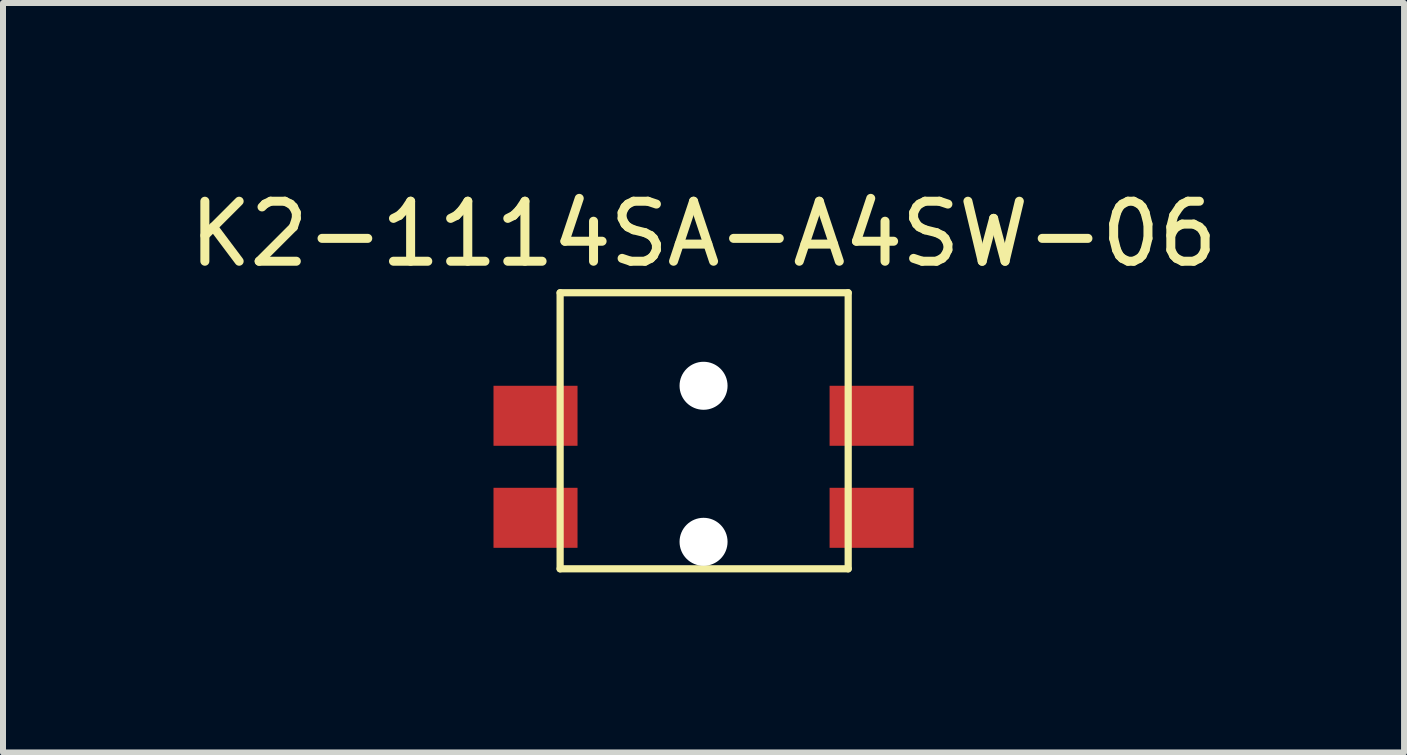
<source format=kicad_pcb>
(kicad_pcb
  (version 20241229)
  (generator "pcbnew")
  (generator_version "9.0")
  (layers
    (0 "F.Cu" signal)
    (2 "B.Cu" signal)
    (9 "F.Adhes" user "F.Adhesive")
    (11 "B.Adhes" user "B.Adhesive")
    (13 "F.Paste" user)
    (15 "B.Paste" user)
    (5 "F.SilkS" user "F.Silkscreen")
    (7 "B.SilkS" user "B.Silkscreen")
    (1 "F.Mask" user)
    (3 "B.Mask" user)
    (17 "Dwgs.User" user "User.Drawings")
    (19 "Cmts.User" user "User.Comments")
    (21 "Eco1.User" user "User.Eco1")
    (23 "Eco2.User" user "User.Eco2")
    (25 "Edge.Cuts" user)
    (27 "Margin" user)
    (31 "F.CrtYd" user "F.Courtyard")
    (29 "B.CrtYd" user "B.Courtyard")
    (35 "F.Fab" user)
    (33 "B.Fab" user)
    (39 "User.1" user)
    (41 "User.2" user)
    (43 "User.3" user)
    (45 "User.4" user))
  (footprint "K2-1114SA-A4SW-06"
    (layer "F.Cu")
    (at 8.673 4.678)
    (property "Reference" "K2-1114SA-A4SW-06" (at 0 -3.83 0) (layer "F.SilkS") (effects (font (size 1 1) (thickness 0.15))))
    (attr smd)
    (fp_line (start -2.39 -2.85) (end 2.41 -2.85) (stroke (width 0.12) (type solid)) (layer "F.SilkS"))
    (fp_line (start -2.39 1.75) (end -2.39 -2.85) (stroke (width 0.12) (type solid)) (layer "F.SilkS"))
    (fp_line (start 2.41 -2.85) (end 2.41 1.75) (stroke (width 0.12) (type solid)) (layer "F.SilkS"))
    (fp_line (start 2.41 1.75) (end -2.39 1.75) (stroke (width 0.12) (type solid)) (layer "F.SilkS"))
    (pad "" smd rect (at -2.8 -0.8) (size 1.4 1) (layers "F.Cu" "F.Mask" "F.Paste"))
    (pad "" smd rect (at -2.8 0.9) (size 1.4 1) (layers "F.Cu" "F.Mask" "F.Paste"))
    (pad "" np_thru_hole circle (at 0 -1.3) (size 0.8 0.8) (drill 0.8) (layers "*.Cu" "*.Mask"))
    (pad "" np_thru_hole circle (at 0 1.3) (size 0.8 0.8) (drill 0.8) (layers "*.Cu" "*.Mask"))
    (pad "1" smd rect (at 2.8 -0.8) (size 1.4 1) (layers "F.Cu" "F.Mask" "F.Paste"))
    (pad "2" smd rect (at 2.8 0.9) (size 1.4 1) (layers "F.Cu" "F.Mask" "F.Paste")))
  (gr_rect
    (start -3 -3)
    (end 20.345 9.488)
    (stroke (width 0.1) (type default))
    (fill no)
    (layer "Edge.Cuts")))
</source>
